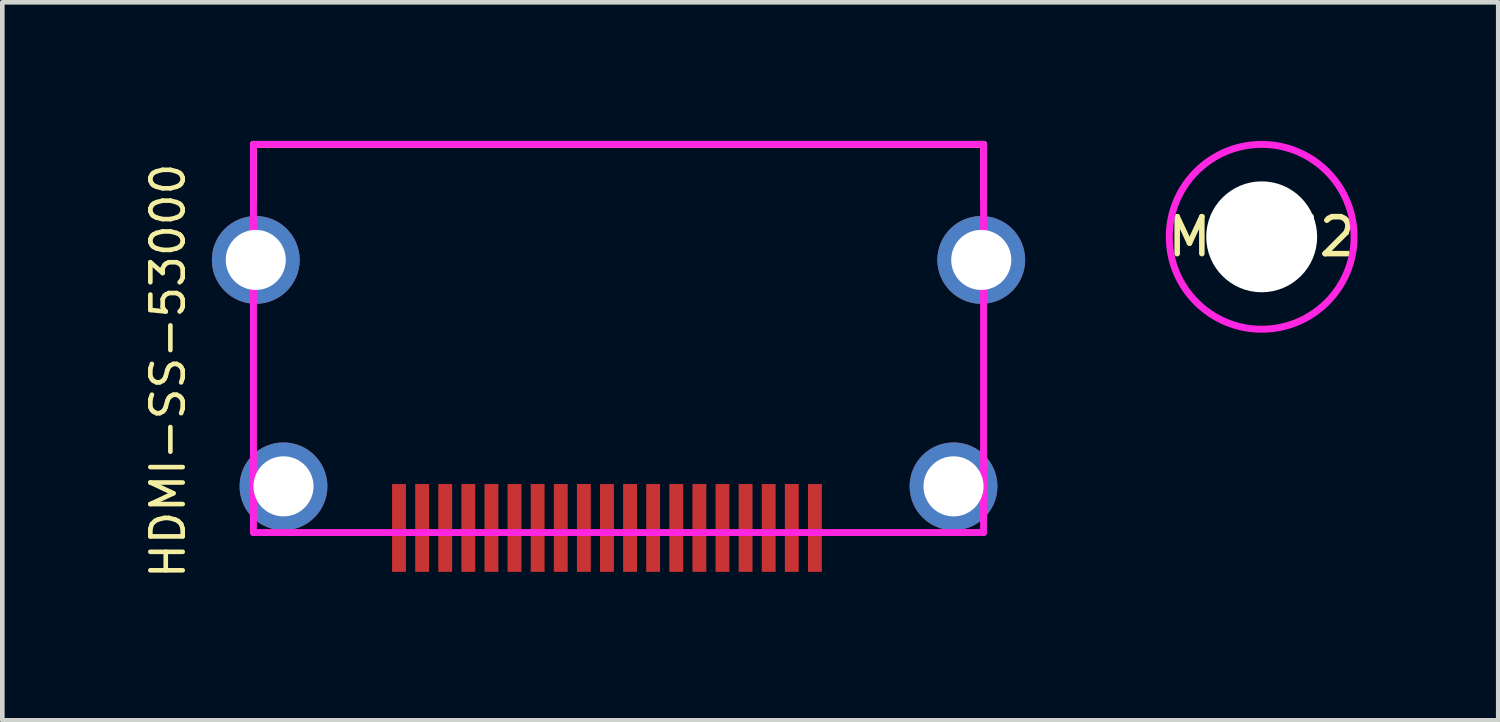
<source format=kicad_pcb>
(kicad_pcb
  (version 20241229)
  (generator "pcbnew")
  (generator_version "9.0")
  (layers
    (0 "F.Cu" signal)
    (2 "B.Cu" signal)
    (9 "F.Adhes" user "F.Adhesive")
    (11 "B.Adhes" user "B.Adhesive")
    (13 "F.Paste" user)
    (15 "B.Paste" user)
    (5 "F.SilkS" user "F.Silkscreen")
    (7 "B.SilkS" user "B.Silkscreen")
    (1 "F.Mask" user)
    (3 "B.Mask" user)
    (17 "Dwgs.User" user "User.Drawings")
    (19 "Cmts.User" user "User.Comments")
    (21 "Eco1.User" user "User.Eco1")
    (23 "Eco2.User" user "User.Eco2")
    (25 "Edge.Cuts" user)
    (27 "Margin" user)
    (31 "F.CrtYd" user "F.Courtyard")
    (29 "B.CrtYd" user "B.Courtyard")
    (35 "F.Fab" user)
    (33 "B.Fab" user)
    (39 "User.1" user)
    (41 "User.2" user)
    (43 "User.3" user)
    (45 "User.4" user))
  (footprint "MH_M2"
    (layer "F.Cu")
    (at 24.254 2.075)
    (property "Reference" "MH_M2" (at 0 0 0) (layer "F.SilkS") (effects (font (size 0.8 0.8) (thickness 0.12))))
    (attr through_hole)
    (fp_circle (center 0 0) (end 2 0) (stroke (width 0.15) (type solid)) (fill no) (layer "F.CrtYd"))
    (pad "" np_thru_hole circle (at 0 0) (size 2.4 2.4) (drill 2.4) (layers "*.Cu" "*.Mask")))
  (footprint "HDMI-SS-53000"
    (layer "F.Cu")
    (at 10.335 7.475)
    (property "Reference" "HDMI-SS-53000" (at -9.75 -2.5 90) (layer "F.SilkS") (effects (font (size 0.7 0.7) (thickness 0.1))))
    (attr smd)
    (fp_line (start -7.9 -7.4) (end -7.9 -6.2) (stroke (width 0.15) (type solid)) (layer "F.SilkS"))
    (fp_line (start -7.9 -7.4) (end 7.9 -7.4) (stroke (width 0.15) (type solid)) (layer "F.SilkS"))
    (fp_line (start 7.9 -7.4) (end 7.9 -6.2) (stroke (width 0.15) (type solid)) (layer "F.SilkS"))
    (fp_line (start -7.9 -7.4) (end 7.9 -7.4) (stroke (width 0.15) (type solid)) (layer "F.CrtYd"))
    (fp_line (start -7.9 1) (end -7.9 -7.4) (stroke (width 0.15) (type solid)) (layer "F.CrtYd"))
    (fp_line (start 7.9 -7.4) (end 7.9 1) (stroke (width 0.15) (type solid)) (layer "F.CrtYd"))
    (fp_line (start 7.9 1) (end -7.9 1) (stroke (width 0.15) (type solid)) (layer "F.CrtYd"))
    (pad "1" smd rect (at -4.75 0.9) (size 0.3 1.9) (layers "F.Cu" "F.Mask" "F.Paste"))
    (pad "2" smd rect (at -4.25 0.9) (size 0.3 1.9) (layers "F.Cu" "F.Mask" "F.Paste"))
    (pad "3" smd rect (at -3.75 0.9) (size 0.3 1.9) (layers "F.Cu" "F.Mask" "F.Paste"))
    (pad "4" smd rect (at -3.25 0.9) (size 0.3 1.9) (layers "F.Cu" "F.Mask" "F.Paste"))
    (pad "5" smd rect (at -2.75 0.9) (size 0.3 1.9) (layers "F.Cu" "F.Mask" "F.Paste"))
    (pad "6" smd rect (at -2.25 0.9) (size 0.3 1.9) (layers "F.Cu" "F.Mask" "F.Paste"))
    (pad "7" smd rect (at -1.75 0.9) (size 0.3 1.9) (layers "F.Cu" "F.Mask" "F.Paste"))
    (pad "8" smd rect (at -1.25 0.9) (size 0.3 1.9) (layers "F.Cu" "F.Mask" "F.Paste"))
    (pad "9" smd rect (at -0.75 0.9) (size 0.3 1.9) (layers "F.Cu" "F.Mask" "F.Paste"))
    (pad "10" smd rect (at -0.25 0.9) (size 0.3 1.9) (layers "F.Cu" "F.Mask" "F.Paste"))
    (pad "11" smd rect (at 0.25 0.9) (size 0.3 1.9) (layers "F.Cu" "F.Mask" "F.Paste"))
    (pad "12" smd rect (at 0.75 0.9) (size 0.3 1.9) (layers "F.Cu" "F.Mask" "F.Paste"))
    (pad "13" smd rect (at 1.25 0.9) (size 0.3 1.9) (layers "F.Cu" "F.Mask" "F.Paste"))
    (pad "14" smd rect (at 1.75 0.9) (size 0.3 1.9) (layers "F.Cu" "F.Mask" "F.Paste"))
    (pad "15" smd rect (at 2.25 0.9) (size 0.3 1.9) (layers "F.Cu" "F.Mask" "F.Paste"))
    (pad "16" smd rect (at 2.75 0.9) (size 0.3 1.9) (layers "F.Cu" "F.Mask" "F.Paste"))
    (pad "17" smd rect (at 3.25 0.9) (size 0.3 1.9) (layers "F.Cu" "F.Mask" "F.Paste"))
    (pad "18" smd rect (at 3.75 0.9) (size 0.3 1.9) (layers "F.Cu" "F.Mask" "F.Paste"))
    (pad "19" smd rect (at 4.25 0.9) (size 0.3 1.9) (layers "F.Cu" "F.Mask" "F.Paste"))
    (pad "SH" thru_hole circle (at -7.85 -4.9) (size 1.9 1.9) (drill 1.3) (layers "*.Cu" "*.Mask"))
    (pad "SH" thru_hole circle (at -7.25 0) (size 1.9 1.9) (drill 1.3) (layers "*.Cu" "*.Mask"))
    (pad "SH" thru_hole circle (at 7.25 0) (size 1.9 1.9) (drill 1.3) (layers "*.Cu" "*.Mask"))
    (pad "SH" thru_hole circle (at 7.85 -4.9) (size 1.9 1.9) (drill 1.3) (layers "*.Cu" "*.Mask")))
  (gr_rect
    (start -3 -3)
    (end 29.373 12.538)
    (stroke (width 0.1) (type default))
    (fill no)
    (layer "Edge.Cuts")))
</source>
